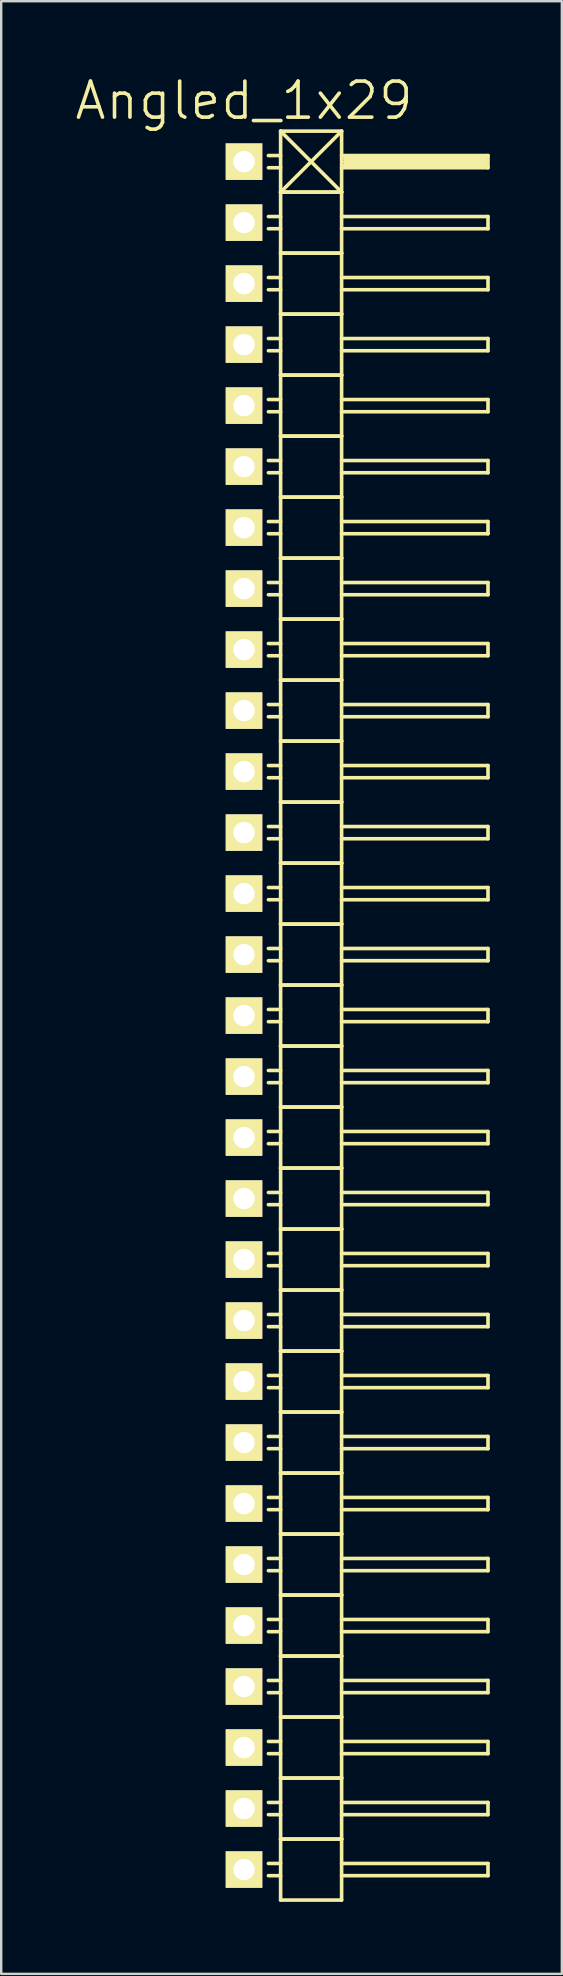
<source format=kicad_pcb>
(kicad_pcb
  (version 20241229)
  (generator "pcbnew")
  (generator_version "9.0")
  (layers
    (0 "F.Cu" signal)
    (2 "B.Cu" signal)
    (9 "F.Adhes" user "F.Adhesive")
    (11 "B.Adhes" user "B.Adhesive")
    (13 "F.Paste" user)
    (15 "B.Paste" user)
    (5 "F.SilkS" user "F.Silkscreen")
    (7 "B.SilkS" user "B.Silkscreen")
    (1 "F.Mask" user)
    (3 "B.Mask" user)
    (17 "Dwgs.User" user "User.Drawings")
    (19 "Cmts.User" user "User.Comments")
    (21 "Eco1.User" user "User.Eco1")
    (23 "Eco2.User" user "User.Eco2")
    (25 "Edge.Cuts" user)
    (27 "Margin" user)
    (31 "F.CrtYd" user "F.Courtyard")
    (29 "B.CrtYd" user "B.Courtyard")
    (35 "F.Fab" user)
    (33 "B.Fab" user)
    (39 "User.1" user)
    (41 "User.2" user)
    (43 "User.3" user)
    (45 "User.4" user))
  (footprint "Angled_1x29"
    (layer "F.Cu")
    (at 7.111 39.241)
    (property "Reference" "Angled_1x29" (at 0 -38.1 0) (layer "F.SilkS") (effects (font (size 1.5 1.5) (thickness 0.15))))
    (attr through_hole)
    (fp_line (start 1.524 -36.83) (end 1.524 -34.29) (stroke (width 0.15) (type solid)) (layer "F.SilkS"))
    (fp_line (start 1.524 -36.83) (end 4.064 -36.83) (stroke (width 0.15) (type solid)) (layer "F.SilkS"))
    (fp_line (start 1.524 -35.814) (end 1.016 -35.814) (stroke (width 0.15) (type solid)) (layer "F.SilkS"))
    (fp_line (start 1.524 -35.306) (end 1.016 -35.306) (stroke (width 0.15) (type solid)) (layer "F.SilkS"))
    (fp_line (start 1.524 -34.29) (end 1.524 -31.75) (stroke (width 0.15) (type solid)) (layer "F.SilkS"))
    (fp_line (start 1.524 -34.29) (end 4.064 -34.29) (stroke (width 0.15) (type solid)) (layer "F.SilkS"))
    (fp_line (start 1.524 -34.29) (end 4.064 -34.29) (stroke (width 0.15) (type solid)) (layer "F.SilkS"))
    (fp_line (start 1.524 -33.274) (end 1.016 -33.274) (stroke (width 0.15) (type solid)) (layer "F.SilkS"))
    (fp_line (start 1.524 -32.766) (end 1.016 -32.766) (stroke (width 0.15) (type solid)) (layer "F.SilkS"))
    (fp_line (start 1.524 -31.75) (end 1.524 -29.21) (stroke (width 0.15) (type solid)) (layer "F.SilkS"))
    (fp_line (start 1.524 -31.75) (end 4.064 -31.75) (stroke (width 0.15) (type solid)) (layer "F.SilkS"))
    (fp_line (start 1.524 -31.75) (end 4.064 -31.75) (stroke (width 0.15) (type solid)) (layer "F.SilkS"))
    (fp_line (start 1.524 -30.734) (end 1.016 -30.734) (stroke (width 0.15) (type solid)) (layer "F.SilkS"))
    (fp_line (start 1.524 -30.226) (end 1.016 -30.226) (stroke (width 0.15) (type solid)) (layer "F.SilkS"))
    (fp_line (start 1.524 -29.21) (end 1.524 -26.67) (stroke (width 0.15) (type solid)) (layer "F.SilkS"))
    (fp_line (start 1.524 -29.21) (end 4.064 -29.21) (stroke (width 0.15) (type solid)) (layer "F.SilkS"))
    (fp_line (start 1.524 -29.21) (end 4.064 -29.21) (stroke (width 0.15) (type solid)) (layer "F.SilkS"))
    (fp_line (start 1.524 -28.194) (end 1.016 -28.194) (stroke (width 0.15) (type solid)) (layer "F.SilkS"))
    (fp_line (start 1.524 -27.686) (end 1.016 -27.686) (stroke (width 0.15) (type solid)) (layer "F.SilkS"))
    (fp_line (start 1.524 -26.67) (end 1.524 -24.13) (stroke (width 0.15) (type solid)) (layer "F.SilkS"))
    (fp_line (start 1.524 -26.67) (end 4.064 -26.67) (stroke (width 0.15) (type solid)) (layer "F.SilkS"))
    (fp_line (start 1.524 -26.67) (end 4.064 -26.67) (stroke (width 0.15) (type solid)) (layer "F.SilkS"))
    (fp_line (start 1.524 -25.654) (end 1.016 -25.654) (stroke (width 0.15) (type solid)) (layer "F.SilkS"))
    (fp_line (start 1.524 -25.146) (end 1.016 -25.146) (stroke (width 0.15) (type solid)) (layer "F.SilkS"))
    (fp_line (start 1.524 -24.13) (end 1.524 -21.59) (stroke (width 0.15) (type solid)) (layer "F.SilkS"))
    (fp_line (start 1.524 -24.13) (end 4.064 -24.13) (stroke (width 0.15) (type solid)) (layer "F.SilkS"))
    (fp_line (start 1.524 -24.13) (end 4.064 -24.13) (stroke (width 0.15) (type solid)) (layer "F.SilkS"))
    (fp_line (start 1.524 -23.114) (end 1.016 -23.114) (stroke (width 0.15) (type solid)) (layer "F.SilkS"))
    (fp_line (start 1.524 -22.606) (end 1.016 -22.606) (stroke (width 0.15) (type solid)) (layer "F.SilkS"))
    (fp_line (start 1.524 -21.59) (end 1.524 -19.05) (stroke (width 0.15) (type solid)) (layer "F.SilkS"))
    (fp_line (start 1.524 -21.59) (end 4.064 -21.59) (stroke (width 0.15) (type solid)) (layer "F.SilkS"))
    (fp_line (start 1.524 -21.59) (end 4.064 -21.59) (stroke (width 0.15) (type solid)) (layer "F.SilkS"))
    (fp_line (start 1.524 -20.574) (end 1.016 -20.574) (stroke (width 0.15) (type solid)) (layer "F.SilkS"))
    (fp_line (start 1.524 -20.066) (end 1.016 -20.066) (stroke (width 0.15) (type solid)) (layer "F.SilkS"))
    (fp_line (start 1.524 -19.05) (end 1.524 -16.51) (stroke (width 0.15) (type solid)) (layer "F.SilkS"))
    (fp_line (start 1.524 -19.05) (end 4.064 -19.05) (stroke (width 0.15) (type solid)) (layer "F.SilkS"))
    (fp_line (start 1.524 -19.05) (end 4.064 -19.05) (stroke (width 0.15) (type solid)) (layer "F.SilkS"))
    (fp_line (start 1.524 -18.034) (end 1.016 -18.034) (stroke (width 0.15) (type solid)) (layer "F.SilkS"))
    (fp_line (start 1.524 -17.526) (end 1.016 -17.526) (stroke (width 0.15) (type solid)) (layer "F.SilkS"))
    (fp_line (start 1.524 -16.51) (end 1.524 -13.97) (stroke (width 0.15) (type solid)) (layer "F.SilkS"))
    (fp_line (start 1.524 -16.51) (end 4.064 -16.51) (stroke (width 0.15) (type solid)) (layer "F.SilkS"))
    (fp_line (start 1.524 -16.51) (end 4.064 -16.51) (stroke (width 0.15) (type solid)) (layer "F.SilkS"))
    (fp_line (start 1.524 -15.494) (end 1.016 -15.494) (stroke (width 0.15) (type solid)) (layer "F.SilkS"))
    (fp_line (start 1.524 -14.986) (end 1.016 -14.986) (stroke (width 0.15) (type solid)) (layer "F.SilkS"))
    (fp_line (start 1.524 -13.97) (end 1.524 -11.43) (stroke (width 0.15) (type solid)) (layer "F.SilkS"))
    (fp_line (start 1.524 -13.97) (end 4.064 -13.97) (stroke (width 0.15) (type solid)) (layer "F.SilkS"))
    (fp_line (start 1.524 -13.97) (end 4.064 -13.97) (stroke (width 0.15) (type solid)) (layer "F.SilkS"))
    (fp_line (start 1.524 -12.954) (end 1.016 -12.954) (stroke (width 0.15) (type solid)) (layer "F.SilkS"))
    (fp_line (start 1.524 -12.446) (end 1.016 -12.446) (stroke (width 0.15) (type solid)) (layer "F.SilkS"))
    (fp_line (start 1.524 -11.43) (end 1.524 -8.89) (stroke (width 0.15) (type solid)) (layer "F.SilkS"))
    (fp_line (start 1.524 -11.43) (end 4.064 -11.43) (stroke (width 0.15) (type solid)) (layer "F.SilkS"))
    (fp_line (start 1.524 -11.43) (end 4.064 -11.43) (stroke (width 0.15) (type solid)) (layer "F.SilkS"))
    (fp_line (start 1.524 -10.414) (end 1.016 -10.414) (stroke (width 0.15) (type solid)) (layer "F.SilkS"))
    (fp_line (start 1.524 -9.906) (end 1.016 -9.906) (stroke (width 0.15) (type solid)) (layer "F.SilkS"))
    (fp_line (start 1.524 -8.89) (end 1.524 -6.35) (stroke (width 0.15) (type solid)) (layer "F.SilkS"))
    (fp_line (start 1.524 -8.89) (end 4.064 -8.89) (stroke (width 0.15) (type solid)) (layer "F.SilkS"))
    (fp_line (start 1.524 -8.89) (end 4.064 -8.89) (stroke (width 0.15) (type solid)) (layer "F.SilkS"))
    (fp_line (start 1.524 -7.874) (end 1.016 -7.874) (stroke (width 0.15) (type solid)) (layer "F.SilkS"))
    (fp_line (start 1.524 -7.366) (end 1.016 -7.366) (stroke (width 0.15) (type solid)) (layer "F.SilkS"))
    (fp_line (start 1.524 -6.35) (end 1.524 -3.81) (stroke (width 0.15) (type solid)) (layer "F.SilkS"))
    (fp_line (start 1.524 -6.35) (end 4.064 -6.35) (stroke (width 0.15) (type solid)) (layer "F.SilkS"))
    (fp_line (start 1.524 -6.35) (end 4.064 -6.35) (stroke (width 0.15) (type solid)) (layer "F.SilkS"))
    (fp_line (start 1.524 -5.334) (end 1.016 -5.334) (stroke (width 0.15) (type solid)) (layer "F.SilkS"))
    (fp_line (start 1.524 -4.826) (end 1.016 -4.826) (stroke (width 0.15) (type solid)) (layer "F.SilkS"))
    (fp_line (start 1.524 -3.81) (end 1.524 -1.27) (stroke (width 0.15) (type solid)) (layer "F.SilkS"))
    (fp_line (start 1.524 -3.81) (end 4.064 -3.81) (stroke (width 0.15) (type solid)) (layer "F.SilkS"))
    (fp_line (start 1.524 -3.81) (end 4.064 -3.81) (stroke (width 0.15) (type solid)) (layer "F.SilkS"))
    (fp_line (start 1.524 -2.794) (end 1.016 -2.794) (stroke (width 0.15) (type solid)) (layer "F.SilkS"))
    (fp_line (start 1.524 -2.286) (end 1.016 -2.286) (stroke (width 0.15) (type solid)) (layer "F.SilkS"))
    (fp_line (start 1.524 -1.27) (end 1.524 1.27) (stroke (width 0.15) (type solid)) (layer "F.SilkS"))
    (fp_line (start 1.524 -1.27) (end 4.064 -1.27) (stroke (width 0.15) (type solid)) (layer "F.SilkS"))
    (fp_line (start 1.524 -1.27) (end 4.064 -1.27) (stroke (width 0.15) (type solid)) (layer "F.SilkS"))
    (fp_line (start 1.524 -0.254) (end 1.016 -0.254) (stroke (width 0.15) (type solid)) (layer "F.SilkS"))
    (fp_line (start 1.524 0.254) (end 1.016 0.254) (stroke (width 0.15) (type solid)) (layer "F.SilkS"))
    (fp_line (start 1.524 1.27) (end 1.524 3.81) (stroke (width 0.15) (type solid)) (layer "F.SilkS"))
    (fp_line (start 1.524 1.27) (end 4.064 1.27) (stroke (width 0.15) (type solid)) (layer "F.SilkS"))
    (fp_line (start 1.524 1.27) (end 4.064 1.27) (stroke (width 0.15) (type solid)) (layer "F.SilkS"))
    (fp_line (start 1.524 2.286) (end 1.016 2.286) (stroke (width 0.15) (type solid)) (layer "F.SilkS"))
    (fp_line (start 1.524 2.794) (end 1.016 2.794) (stroke (width 0.15) (type solid)) (layer "F.SilkS"))
    (fp_line (start 1.524 3.81) (end 1.524 6.35) (stroke (width 0.15) (type solid)) (layer "F.SilkS"))
    (fp_line (start 1.524 3.81) (end 4.064 3.81) (stroke (width 0.15) (type solid)) (layer "F.SilkS"))
    (fp_line (start 1.524 3.81) (end 4.064 3.81) (stroke (width 0.15) (type solid)) (layer "F.SilkS"))
    (fp_line (start 1.524 4.826) (end 1.016 4.826) (stroke (width 0.15) (type solid)) (layer "F.SilkS"))
    (fp_line (start 1.524 5.334) (end 1.016 5.334) (stroke (width 0.15) (type solid)) (layer "F.SilkS"))
    (fp_line (start 1.524 6.35) (end 1.524 8.89) (stroke (width 0.15) (type solid)) (layer "F.SilkS"))
    (fp_line (start 1.524 6.35) (end 4.064 6.35) (stroke (width 0.15) (type solid)) (layer "F.SilkS"))
    (fp_line (start 1.524 6.35) (end 4.064 6.35) (stroke (width 0.15) (type solid)) (layer "F.SilkS"))
    (fp_line (start 1.524 7.366) (end 1.016 7.366) (stroke (width 0.15) (type solid)) (layer "F.SilkS"))
    (fp_line (start 1.524 7.874) (end 1.016 7.874) (stroke (width 0.15) (type solid)) (layer "F.SilkS"))
    (fp_line (start 1.524 8.89) (end 1.524 11.43) (stroke (width 0.15) (type solid)) (layer "F.SilkS"))
    (fp_line (start 1.524 8.89) (end 4.064 8.89) (stroke (width 0.15) (type solid)) (layer "F.SilkS"))
    (fp_line (start 1.524 8.89) (end 4.064 8.89) (stroke (width 0.15) (type solid)) (layer "F.SilkS"))
    (fp_line (start 1.524 9.906) (end 1.016 9.906) (stroke (width 0.15) (type solid)) (layer "F.SilkS"))
    (fp_line (start 1.524 10.414) (end 1.016 10.414) (stroke (width 0.15) (type solid)) (layer "F.SilkS"))
    (fp_line (start 1.524 11.43) (end 1.524 13.97) (stroke (width 0.15) (type solid)) (layer "F.SilkS"))
    (fp_line (start 1.524 11.43) (end 4.064 11.43) (stroke (width 0.15) (type solid)) (layer "F.SilkS"))
    (fp_line (start 1.524 11.43) (end 4.064 11.43) (stroke (width 0.15) (type solid)) (layer "F.SilkS"))
    (fp_line (start 1.524 12.446) (end 1.016 12.446) (stroke (width 0.15) (type solid)) (layer "F.SilkS"))
    (fp_line (start 1.524 12.954) (end 1.016 12.954) (stroke (width 0.15) (type solid)) (layer "F.SilkS"))
    (fp_line (start 1.524 13.97) (end 1.524 16.51) (stroke (width 0.15) (type solid)) (layer "F.SilkS"))
    (fp_line (start 1.524 13.97) (end 4.064 13.97) (stroke (width 0.15) (type solid)) (layer "F.SilkS"))
    (fp_line (start 1.524 13.97) (end 4.064 13.97) (stroke (width 0.15) (type solid)) (layer "F.SilkS"))
    (fp_line (start 1.524 14.986) (end 1.016 14.986) (stroke (width 0.15) (type solid)) (layer "F.SilkS"))
    (fp_line (start 1.524 15.494) (end 1.016 15.494) (stroke (width 0.15) (type solid)) (layer "F.SilkS"))
    (fp_line (start 1.524 16.51) (end 1.524 19.05) (stroke (width 0.15) (type solid)) (layer "F.SilkS"))
    (fp_line (start 1.524 16.51) (end 4.064 16.51) (stroke (width 0.15) (type solid)) (layer "F.SilkS"))
    (fp_line (start 1.524 16.51) (end 4.064 16.51) (stroke (width 0.15) (type solid)) (layer "F.SilkS"))
    (fp_line (start 1.524 17.526) (end 1.016 17.526) (stroke (width 0.15) (type solid)) (layer "F.SilkS"))
    (fp_line (start 1.524 18.034) (end 1.016 18.034) (stroke (width 0.15) (type solid)) (layer "F.SilkS"))
    (fp_line (start 1.524 19.05) (end 1.524 21.59) (stroke (width 0.15) (type solid)) (layer "F.SilkS"))
    (fp_line (start 1.524 19.05) (end 4.064 19.05) (stroke (width 0.15) (type solid)) (layer "F.SilkS"))
    (fp_line (start 1.524 19.05) (end 4.064 19.05) (stroke (width 0.15) (type solid)) (layer "F.SilkS"))
    (fp_line (start 1.524 20.066) (end 1.016 20.066) (stroke (width 0.15) (type solid)) (layer "F.SilkS"))
    (fp_line (start 1.524 20.574) (end 1.016 20.574) (stroke (width 0.15) (type solid)) (layer "F.SilkS"))
    (fp_line (start 1.524 21.59) (end 1.524 24.13) (stroke (width 0.15) (type solid)) (layer "F.SilkS"))
    (fp_line (start 1.524 21.59) (end 4.064 21.59) (stroke (width 0.15) (type solid)) (layer "F.SilkS"))
    (fp_line (start 1.524 21.59) (end 4.064 21.59) (stroke (width 0.15) (type solid)) (layer "F.SilkS"))
    (fp_line (start 1.524 22.606) (end 1.016 22.606) (stroke (width 0.15) (type solid)) (layer "F.SilkS"))
    (fp_line (start 1.524 23.114) (end 1.016 23.114) (stroke (width 0.15) (type solid)) (layer "F.SilkS"))
    (fp_line (start 1.524 24.13) (end 1.524 26.67) (stroke (width 0.15) (type solid)) (layer "F.SilkS"))
    (fp_line (start 1.524 24.13) (end 4.064 24.13) (stroke (width 0.15) (type solid)) (layer "F.SilkS"))
    (fp_line (start 1.524 24.13) (end 4.064 24.13) (stroke (width 0.15) (type solid)) (layer "F.SilkS"))
    (fp_line (start 1.524 25.146) (end 1.016 25.146) (stroke (width 0.15) (type solid)) (layer "F.SilkS"))
    (fp_line (start 1.524 25.654) (end 1.016 25.654) (stroke (width 0.15) (type solid)) (layer "F.SilkS"))
    (fp_line (start 1.524 26.67) (end 1.524 29.21) (stroke (width 0.15) (type solid)) (layer "F.SilkS"))
    (fp_line (start 1.524 26.67) (end 4.064 26.67) (stroke (width 0.15) (type solid)) (layer "F.SilkS"))
    (fp_line (start 1.524 26.67) (end 4.064 26.67) (stroke (width 0.15) (type solid)) (layer "F.SilkS"))
    (fp_line (start 1.524 27.686) (end 1.016 27.686) (stroke (width 0.15) (type solid)) (layer "F.SilkS"))
    (fp_line (start 1.524 28.194) (end 1.016 28.194) (stroke (width 0.15) (type solid)) (layer "F.SilkS"))
    (fp_line (start 1.524 29.21) (end 1.524 31.75) (stroke (width 0.15) (type solid)) (layer "F.SilkS"))
    (fp_line (start 1.524 29.21) (end 4.064 29.21) (stroke (width 0.15) (type solid)) (layer "F.SilkS"))
    (fp_line (start 1.524 29.21) (end 4.064 29.21) (stroke (width 0.15) (type solid)) (layer "F.SilkS"))
    (fp_line (start 1.524 30.226) (end 1.016 30.226) (stroke (width 0.15) (type solid)) (layer "F.SilkS"))
    (fp_line (start 1.524 30.734) (end 1.016 30.734) (stroke (width 0.15) (type solid)) (layer "F.SilkS"))
    (fp_line (start 1.524 31.75) (end 1.524 34.29) (stroke (width 0.15) (type solid)) (layer "F.SilkS"))
    (fp_line (start 1.524 31.75) (end 4.064 31.75) (stroke (width 0.15) (type solid)) (layer "F.SilkS"))
    (fp_line (start 1.524 31.75) (end 4.064 31.75) (stroke (width 0.15) (type solid)) (layer "F.SilkS"))
    (fp_line (start 1.524 32.766) (end 1.016 32.766) (stroke (width 0.15) (type solid)) (layer "F.SilkS"))
    (fp_line (start 1.524 33.274) (end 1.016 33.274) (stroke (width 0.15) (type solid)) (layer "F.SilkS"))
    (fp_line (start 1.524 34.29) (end 1.524 36.83) (stroke (width 0.15) (type solid)) (layer "F.SilkS"))
    (fp_line (start 1.524 34.29) (end 4.064 34.29) (stroke (width 0.15) (type solid)) (layer "F.SilkS"))
    (fp_line (start 1.524 34.29) (end 4.064 34.29) (stroke (width 0.15) (type solid)) (layer "F.SilkS"))
    (fp_line (start 1.524 35.306) (end 1.016 35.306) (stroke (width 0.15) (type solid)) (layer "F.SilkS"))
    (fp_line (start 1.524 35.814) (end 1.016 35.814) (stroke (width 0.15) (type solid)) (layer "F.SilkS"))
    (fp_line (start 1.524 36.83) (end 4.064 36.83) (stroke (width 0.15) (type solid)) (layer "F.SilkS"))
    (fp_line (start 4.064 -36.83) (end 1.524 -34.29) (stroke (width 0.15) (type solid)) (layer "F.SilkS"))
    (fp_line (start 4.064 -35.814) (end 10.16 -35.814) (stroke (width 0.15) (type solid)) (layer "F.SilkS"))
    (fp_line (start 4.064 -34.29) (end 1.524 -36.83) (stroke (width 0.15) (type solid)) (layer "F.SilkS"))
    (fp_line (start 4.064 -34.29) (end 4.064 -36.83) (stroke (width 0.15) (type solid)) (layer "F.SilkS"))
    (fp_line (start 4.064 -33.274) (end 10.16 -33.274) (stroke (width 0.15) (type solid)) (layer "F.SilkS"))
    (fp_line (start 4.064 -31.75) (end 4.064 -34.29) (stroke (width 0.15) (type solid)) (layer "F.SilkS"))
    (fp_line (start 4.064 -30.734) (end 10.16 -30.734) (stroke (width 0.15) (type solid)) (layer "F.SilkS"))
    (fp_line (start 4.064 -29.21) (end 4.064 -31.75) (stroke (width 0.15) (type solid)) (layer "F.SilkS"))
    (fp_line (start 4.064 -28.194) (end 10.16 -28.194) (stroke (width 0.15) (type solid)) (layer "F.SilkS"))
    (fp_line (start 4.064 -26.67) (end 4.064 -29.21) (stroke (width 0.15) (type solid)) (layer "F.SilkS"))
    (fp_line (start 4.064 -25.654) (end 10.16 -25.654) (stroke (width 0.15) (type solid)) (layer "F.SilkS"))
    (fp_line (start 4.064 -24.13) (end 4.064 -26.67) (stroke (width 0.15) (type solid)) (layer "F.SilkS"))
    (fp_line (start 4.064 -23.114) (end 10.16 -23.114) (stroke (width 0.15) (type solid)) (layer "F.SilkS"))
    (fp_line (start 4.064 -21.59) (end 4.064 -24.13) (stroke (width 0.15) (type solid)) (layer "F.SilkS"))
    (fp_line (start 4.064 -20.574) (end 10.16 -20.574) (stroke (width 0.15) (type solid)) (layer "F.SilkS"))
    (fp_line (start 4.064 -19.05) (end 4.064 -21.59) (stroke (width 0.15) (type solid)) (layer "F.SilkS"))
    (fp_line (start 4.064 -18.034) (end 10.16 -18.034) (stroke (width 0.15) (type solid)) (layer "F.SilkS"))
    (fp_line (start 4.064 -16.51) (end 4.064 -19.05) (stroke (width 0.15) (type solid)) (layer "F.SilkS"))
    (fp_line (start 4.064 -15.494) (end 10.16 -15.494) (stroke (width 0.15) (type solid)) (layer "F.SilkS"))
    (fp_line (start 4.064 -13.97) (end 4.064 -16.51) (stroke (width 0.15) (type solid)) (layer "F.SilkS"))
    (fp_line (start 4.064 -12.954) (end 10.16 -12.954) (stroke (width 0.15) (type solid)) (layer "F.SilkS"))
    (fp_line (start 4.064 -11.43) (end 4.064 -13.97) (stroke (width 0.15) (type solid)) (layer "F.SilkS"))
    (fp_line (start 4.064 -10.414) (end 10.16 -10.414) (stroke (width 0.15) (type solid)) (layer "F.SilkS"))
    (fp_line (start 4.064 -8.89) (end 4.064 -11.43) (stroke (width 0.15) (type solid)) (layer "F.SilkS"))
    (fp_line (start 4.064 -7.874) (end 10.16 -7.874) (stroke (width 0.15) (type solid)) (layer "F.SilkS"))
    (fp_line (start 4.064 -6.35) (end 4.064 -8.89) (stroke (width 0.15) (type solid)) (layer "F.SilkS"))
    (fp_line (start 4.064 -5.334) (end 10.16 -5.334) (stroke (width 0.15) (type solid)) (layer "F.SilkS"))
    (fp_line (start 4.064 -3.81) (end 4.064 -6.35) (stroke (width 0.15) (type solid)) (layer "F.SilkS"))
    (fp_line (start 4.064 -2.794) (end 10.16 -2.794) (stroke (width 0.15) (type solid)) (layer "F.SilkS"))
    (fp_line (start 4.064 -1.27) (end 4.064 -3.81) (stroke (width 0.15) (type solid)) (layer "F.SilkS"))
    (fp_line (start 4.064 -0.254) (end 10.16 -0.254) (stroke (width 0.15) (type solid)) (layer "F.SilkS"))
    (fp_line (start 4.064 1.27) (end 4.064 -1.27) (stroke (width 0.15) (type solid)) (layer "F.SilkS"))
    (fp_line (start 4.064 2.286) (end 10.16 2.286) (stroke (width 0.15) (type solid)) (layer "F.SilkS"))
    (fp_line (start 4.064 3.81) (end 4.064 1.27) (stroke (width 0.15) (type solid)) (layer "F.SilkS"))
    (fp_line (start 4.064 4.826) (end 10.16 4.826) (stroke (width 0.15) (type solid)) (layer "F.SilkS"))
    (fp_line (start 4.064 6.35) (end 4.064 3.81) (stroke (width 0.15) (type solid)) (layer "F.SilkS"))
    (fp_line (start 4.064 7.366) (end 10.16 7.366) (stroke (width 0.15) (type solid)) (layer "F.SilkS"))
    (fp_line (start 4.064 8.89) (end 4.064 6.35) (stroke (width 0.15) (type solid)) (layer "F.SilkS"))
    (fp_line (start 4.064 9.906) (end 10.16 9.906) (stroke (width 0.15) (type solid)) (layer "F.SilkS"))
    (fp_line (start 4.064 11.43) (end 4.064 8.89) (stroke (width 0.15) (type solid)) (layer "F.SilkS"))
    (fp_line (start 4.064 12.446) (end 10.16 12.446) (stroke (width 0.15) (type solid)) (layer "F.SilkS"))
    (fp_line (start 4.064 13.97) (end 4.064 11.43) (stroke (width 0.15) (type solid)) (layer "F.SilkS"))
    (fp_line (start 4.064 14.986) (end 10.16 14.986) (stroke (width 0.15) (type solid)) (layer "F.SilkS"))
    (fp_line (start 4.064 16.51) (end 4.064 13.97) (stroke (width 0.15) (type solid)) (layer "F.SilkS"))
    (fp_line (start 4.064 17.526) (end 10.16 17.526) (stroke (width 0.15) (type solid)) (layer "F.SilkS"))
    (fp_line (start 4.064 19.05) (end 4.064 16.51) (stroke (width 0.15) (type solid)) (layer "F.SilkS"))
    (fp_line (start 4.064 20.066) (end 10.16 20.066) (stroke (width 0.15) (type solid)) (layer "F.SilkS"))
    (fp_line (start 4.064 21.59) (end 4.064 19.05) (stroke (width 0.15) (type solid)) (layer "F.SilkS"))
    (fp_line (start 4.064 22.606) (end 10.16 22.606) (stroke (width 0.15) (type solid)) (layer "F.SilkS"))
    (fp_line (start 4.064 24.13) (end 4.064 21.59) (stroke (width 0.15) (type solid)) (layer "F.SilkS"))
    (fp_line (start 4.064 25.146) (end 10.16 25.146) (stroke (width 0.15) (type solid)) (layer "F.SilkS"))
    (fp_line (start 4.064 26.67) (end 4.064 24.13) (stroke (width 0.15) (type solid)) (layer "F.SilkS"))
    (fp_line (start 4.064 27.686) (end 10.16 27.686) (stroke (width 0.15) (type solid)) (layer "F.SilkS"))
    (fp_line (start 4.064 29.21) (end 4.064 26.67) (stroke (width 0.15) (type solid)) (layer "F.SilkS"))
    (fp_line (start 4.064 30.226) (end 10.16 30.226) (stroke (width 0.15) (type solid)) (layer "F.SilkS"))
    (fp_line (start 4.064 31.75) (end 4.064 29.21) (stroke (width 0.15) (type solid)) (layer "F.SilkS"))
    (fp_line (start 4.064 32.766) (end 10.16 32.766) (stroke (width 0.15) (type solid)) (layer "F.SilkS"))
    (fp_line (start 4.064 34.29) (end 4.064 31.75) (stroke (width 0.15) (type solid)) (layer "F.SilkS"))
    (fp_line (start 4.064 35.306) (end 10.16 35.306) (stroke (width 0.15) (type solid)) (layer "F.SilkS"))
    (fp_line (start 4.064 36.83) (end 4.064 34.29) (stroke (width 0.15) (type solid)) (layer "F.SilkS"))
    (fp_line (start 4.191 -35.687) (end 10.033 -35.687) (stroke (width 0.15) (type solid)) (layer "F.SilkS"))
    (fp_line (start 4.191 -35.56) (end 10.033 -35.56) (stroke (width 0.15) (type solid)) (layer "F.SilkS"))
    (fp_line (start 10.033 -35.687) (end 10.033 -35.433) (stroke (width 0.15) (type solid)) (layer "F.SilkS"))
    (fp_line (start 10.033 -35.433) (end 4.191 -35.433) (stroke (width 0.15) (type solid)) (layer "F.SilkS"))
    (fp_line (start 10.16 -35.814) (end 10.16 -35.306) (stroke (width 0.15) (type solid)) (layer "F.SilkS"))
    (fp_line (start 10.16 -35.306) (end 4.064 -35.306) (stroke (width 0.15) (type solid)) (layer "F.SilkS"))
    (fp_line (start 10.16 -33.274) (end 10.16 -32.766) (stroke (width 0.15) (type solid)) (layer "F.SilkS"))
    (fp_line (start 10.16 -32.766) (end 4.064 -32.766) (stroke (width 0.15) (type solid)) (layer "F.SilkS"))
    (fp_line (start 10.16 -30.734) (end 10.16 -30.226) (stroke (width 0.15) (type solid)) (layer "F.SilkS"))
    (fp_line (start 10.16 -30.226) (end 4.064 -30.226) (stroke (width 0.15) (type solid)) (layer "F.SilkS"))
    (fp_line (start 10.16 -28.194) (end 10.16 -27.686) (stroke (width 0.15) (type solid)) (layer "F.SilkS"))
    (fp_line (start 10.16 -27.686) (end 4.064 -27.686) (stroke (width 0.15) (type solid)) (layer "F.SilkS"))
    (fp_line (start 10.16 -25.654) (end 10.16 -25.146) (stroke (width 0.15) (type solid)) (layer "F.SilkS"))
    (fp_line (start 10.16 -25.146) (end 4.064 -25.146) (stroke (width 0.15) (type solid)) (layer "F.SilkS"))
    (fp_line (start 10.16 -23.114) (end 10.16 -22.606) (stroke (width 0.15) (type solid)) (layer "F.SilkS"))
    (fp_line (start 10.16 -22.606) (end 4.064 -22.606) (stroke (width 0.15) (type solid)) (layer "F.SilkS"))
    (fp_line (start 10.16 -20.574) (end 10.16 -20.066) (stroke (width 0.15) (type solid)) (layer "F.SilkS"))
    (fp_line (start 10.16 -20.066) (end 4.064 -20.066) (stroke (width 0.15) (type solid)) (layer "F.SilkS"))
    (fp_line (start 10.16 -18.034) (end 10.16 -17.526) (stroke (width 0.15) (type solid)) (layer "F.SilkS"))
    (fp_line (start 10.16 -17.526) (end 4.064 -17.526) (stroke (width 0.15) (type solid)) (layer "F.SilkS"))
    (fp_line (start 10.16 -15.494) (end 10.16 -14.986) (stroke (width 0.15) (type solid)) (layer "F.SilkS"))
    (fp_line (start 10.16 -14.986) (end 4.064 -14.986) (stroke (width 0.15) (type solid)) (layer "F.SilkS"))
    (fp_line (start 10.16 -12.954) (end 10.16 -12.446) (stroke (width 0.15) (type solid)) (layer "F.SilkS"))
    (fp_line (start 10.16 -12.446) (end 4.064 -12.446) (stroke (width 0.15) (type solid)) (layer "F.SilkS"))
    (fp_line (start 10.16 -10.414) (end 10.16 -9.906) (stroke (width 0.15) (type solid)) (layer "F.SilkS"))
    (fp_line (start 10.16 -9.906) (end 4.064 -9.906) (stroke (width 0.15) (type solid)) (layer "F.SilkS"))
    (fp_line (start 10.16 -7.874) (end 10.16 -7.366) (stroke (width 0.15) (type solid)) (layer "F.SilkS"))
    (fp_line (start 10.16 -7.366) (end 4.064 -7.366) (stroke (width 0.15) (type solid)) (layer "F.SilkS"))
    (fp_line (start 10.16 -5.334) (end 10.16 -4.826) (stroke (width 0.15) (type solid)) (layer "F.SilkS"))
    (fp_line (start 10.16 -4.826) (end 4.064 -4.826) (stroke (width 0.15) (type solid)) (layer "F.SilkS"))
    (fp_line (start 10.16 -2.794) (end 10.16 -2.286) (stroke (width 0.15) (type solid)) (layer "F.SilkS"))
    (fp_line (start 10.16 -2.286) (end 4.064 -2.286) (stroke (width 0.15) (type solid)) (layer "F.SilkS"))
    (fp_line (start 10.16 -0.254) (end 10.16 0.254) (stroke (width 0.15) (type solid)) (layer "F.SilkS"))
    (fp_line (start 10.16 0.254) (end 4.064 0.254) (stroke (width 0.15) (type solid)) (layer "F.SilkS"))
    (fp_line (start 10.16 2.286) (end 10.16 2.794) (stroke (width 0.15) (type solid)) (layer "F.SilkS"))
    (fp_line (start 10.16 2.794) (end 4.064 2.794) (stroke (width 0.15) (type solid)) (layer "F.SilkS"))
    (fp_line (start 10.16 4.826) (end 10.16 5.334) (stroke (width 0.15) (type solid)) (layer "F.SilkS"))
    (fp_line (start 10.16 5.334) (end 4.064 5.334) (stroke (width 0.15) (type solid)) (layer "F.SilkS"))
    (fp_line (start 10.16 7.366) (end 10.16 7.874) (stroke (width 0.15) (type solid)) (layer "F.SilkS"))
    (fp_line (start 10.16 7.874) (end 4.064 7.874) (stroke (width 0.15) (type solid)) (layer "F.SilkS"))
    (fp_line (start 10.16 9.906) (end 10.16 10.414) (stroke (width 0.15) (type solid)) (layer "F.SilkS"))
    (fp_line (start 10.16 10.414) (end 4.064 10.414) (stroke (width 0.15) (type solid)) (layer "F.SilkS"))
    (fp_line (start 10.16 12.446) (end 10.16 12.954) (stroke (width 0.15) (type solid)) (layer "F.SilkS"))
    (fp_line (start 10.16 12.954) (end 4.064 12.954) (stroke (width 0.15) (type solid)) (layer "F.SilkS"))
    (fp_line (start 10.16 14.986) (end 10.16 15.494) (stroke (width 0.15) (type solid)) (layer "F.SilkS"))
    (fp_line (start 10.16 15.494) (end 4.064 15.494) (stroke (width 0.15) (type solid)) (layer "F.SilkS"))
    (fp_line (start 10.16 17.526) (end 10.16 18.034) (stroke (width 0.15) (type solid)) (layer "F.SilkS"))
    (fp_line (start 10.16 18.034) (end 4.064 18.034) (stroke (width 0.15) (type solid)) (layer "F.SilkS"))
    (fp_line (start 10.16 20.066) (end 10.16 20.574) (stroke (width 0.15) (type solid)) (layer "F.SilkS"))
    (fp_line (start 10.16 20.574) (end 4.064 20.574) (stroke (width 0.15) (type solid)) (layer "F.SilkS"))
    (fp_line (start 10.16 22.606) (end 10.16 23.114) (stroke (width 0.15) (type solid)) (layer "F.SilkS"))
    (fp_line (start 10.16 23.114) (end 4.064 23.114) (stroke (width 0.15) (type solid)) (layer "F.SilkS"))
    (fp_line (start 10.16 25.146) (end 10.16 25.654) (stroke (width 0.15) (type solid)) (layer "F.SilkS"))
    (fp_line (start 10.16 25.654) (end 4.064 25.654) (stroke (width 0.15) (type solid)) (layer "F.SilkS"))
    (fp_line (start 10.16 27.686) (end 10.16 28.194) (stroke (width 0.15) (type solid)) (layer "F.SilkS"))
    (fp_line (start 10.16 28.194) (end 4.064 28.194) (stroke (width 0.15) (type solid)) (layer "F.SilkS"))
    (fp_line (start 10.16 30.226) (end 10.16 30.734) (stroke (width 0.15) (type solid)) (layer "F.SilkS"))
    (fp_line (start 10.16 30.734) (end 4.064 30.734) (stroke (width 0.15) (type solid)) (layer "F.SilkS"))
    (fp_line (start 10.16 32.766) (end 10.16 33.274) (stroke (width 0.15) (type solid)) (layer "F.SilkS"))
    (fp_line (start 10.16 33.274) (end 4.064 33.274) (stroke (width 0.15) (type solid)) (layer "F.SilkS"))
    (fp_line (start 10.16 35.306) (end 10.16 35.814) (stroke (width 0.15) (type solid)) (layer "F.SilkS"))
    (fp_line (start 10.16 35.814) (end 4.064 35.814) (stroke (width 0.15) (type solid)) (layer "F.SilkS"))
    (pad "1" thru_hole rect (at 0 -35.56) (size 1.524 1.524) (drill 0.889) (layers "*.Cu" "*.Mask" "F.SilkS"))
    (pad "2" thru_hole rect (at 0 -33.02) (size 1.524 1.524) (drill 0.889) (layers "*.Cu" "*.Mask" "F.SilkS"))
    (pad "3" thru_hole rect (at 0 -30.48) (size 1.524 1.524) (drill 0.889) (layers "*.Cu" "*.Mask" "F.SilkS"))
    (pad "4" thru_hole rect (at 0 -27.94) (size 1.524 1.524) (drill 0.889) (layers "*.Cu" "*.Mask" "F.SilkS"))
    (pad "5" thru_hole rect (at 0 -25.4) (size 1.524 1.524) (drill 0.889) (layers "*.Cu" "*.Mask" "F.SilkS"))
    (pad "6" thru_hole rect (at 0 -22.86) (size 1.524 1.524) (drill 0.889) (layers "*.Cu" "*.Mask" "F.SilkS"))
    (pad "7" thru_hole rect (at 0 -20.32) (size 1.524 1.524) (drill 0.889) (layers "*.Cu" "*.Mask" "F.SilkS"))
    (pad "8" thru_hole rect (at 0 -17.78) (size 1.524 1.524) (drill 0.889) (layers "*.Cu" "*.Mask" "F.SilkS"))
    (pad "9" thru_hole rect (at 0 -15.24) (size 1.524 1.524) (drill 0.889) (layers "*.Cu" "*.Mask" "F.SilkS"))
    (pad "10" thru_hole rect (at 0 -12.7) (size 1.524 1.524) (drill 0.889) (layers "*.Cu" "*.Mask" "F.SilkS"))
    (pad "11" thru_hole rect (at 0 -10.16) (size 1.524 1.524) (drill 0.889) (layers "*.Cu" "*.Mask" "F.SilkS"))
    (pad "12" thru_hole rect (at 0 -7.62) (size 1.524 1.524) (drill 0.889) (layers "*.Cu" "*.Mask" "F.SilkS"))
    (pad "13" thru_hole rect (at 0 -5.08) (size 1.524 1.524) (drill 0.889) (layers "*.Cu" "*.Mask" "F.SilkS"))
    (pad "14" thru_hole rect (at 0 -2.54) (size 1.524 1.524) (drill 0.889) (layers "*.Cu" "*.Mask" "F.SilkS"))
    (pad "15" thru_hole rect (at 0 0) (size 1.524 1.524) (drill 0.889) (layers "*.Cu" "*.Mask" "F.SilkS"))
    (pad "16" thru_hole rect (at 0 2.54) (size 1.524 1.524) (drill 0.889) (layers "*.Cu" "*.Mask" "F.SilkS"))
    (pad "17" thru_hole rect (at 0 5.08) (size 1.524 1.524) (drill 0.889) (layers "*.Cu" "*.Mask" "F.SilkS"))
    (pad "18" thru_hole rect (at 0 7.62) (size 1.524 1.524) (drill 0.889) (layers "*.Cu" "*.Mask" "F.SilkS"))
    (pad "19" thru_hole rect (at 0 10.16) (size 1.524 1.524) (drill 0.889) (layers "*.Cu" "*.Mask" "F.SilkS"))
    (pad "20" thru_hole rect (at 0 12.7) (size 1.524 1.524) (drill 0.889) (layers "*.Cu" "*.Mask" "F.SilkS"))
    (pad "21" thru_hole rect (at 0 15.24) (size 1.524 1.524) (drill 0.889) (layers "*.Cu" "*.Mask" "F.SilkS"))
    (pad "22" thru_hole rect (at 0 17.78) (size 1.524 1.524) (drill 0.889) (layers "*.Cu" "*.Mask" "F.SilkS"))
    (pad "23" thru_hole rect (at 0 20.32) (size 1.524 1.524) (drill 0.889) (layers "*.Cu" "*.Mask" "F.SilkS"))
    (pad "24" thru_hole rect (at 0 22.86) (size 1.524 1.524) (drill 0.889) (layers "*.Cu" "*.Mask" "F.SilkS"))
    (pad "25" thru_hole rect (at 0 25.4) (size 1.524 1.524) (drill 0.889) (layers "*.Cu" "*.Mask" "F.SilkS"))
    (pad "26" thru_hole rect (at 0 27.94) (size 1.524 1.524) (drill 0.889) (layers "*.Cu" "*.Mask" "F.SilkS"))
    (pad "27" thru_hole rect (at 0 30.48) (size 1.524 1.524) (drill 0.889) (layers "*.Cu" "*.Mask" "F.SilkS"))
    (pad "28" thru_hole rect (at 0 33.02) (size 1.524 1.524) (drill 0.889) (layers "*.Cu" "*.Mask" "F.SilkS"))
    (pad "29" thru_hole rect (at 0 35.56) (size 1.524 1.524) (drill 0.889) (layers "*.Cu" "*.Mask" "F.SilkS")))
  (gr_rect
    (start -3 -3)
    (end 20.346 79.146)
    (stroke (width 0.1) (type default))
    (fill no)
    (layer "Edge.Cuts")))
</source>
